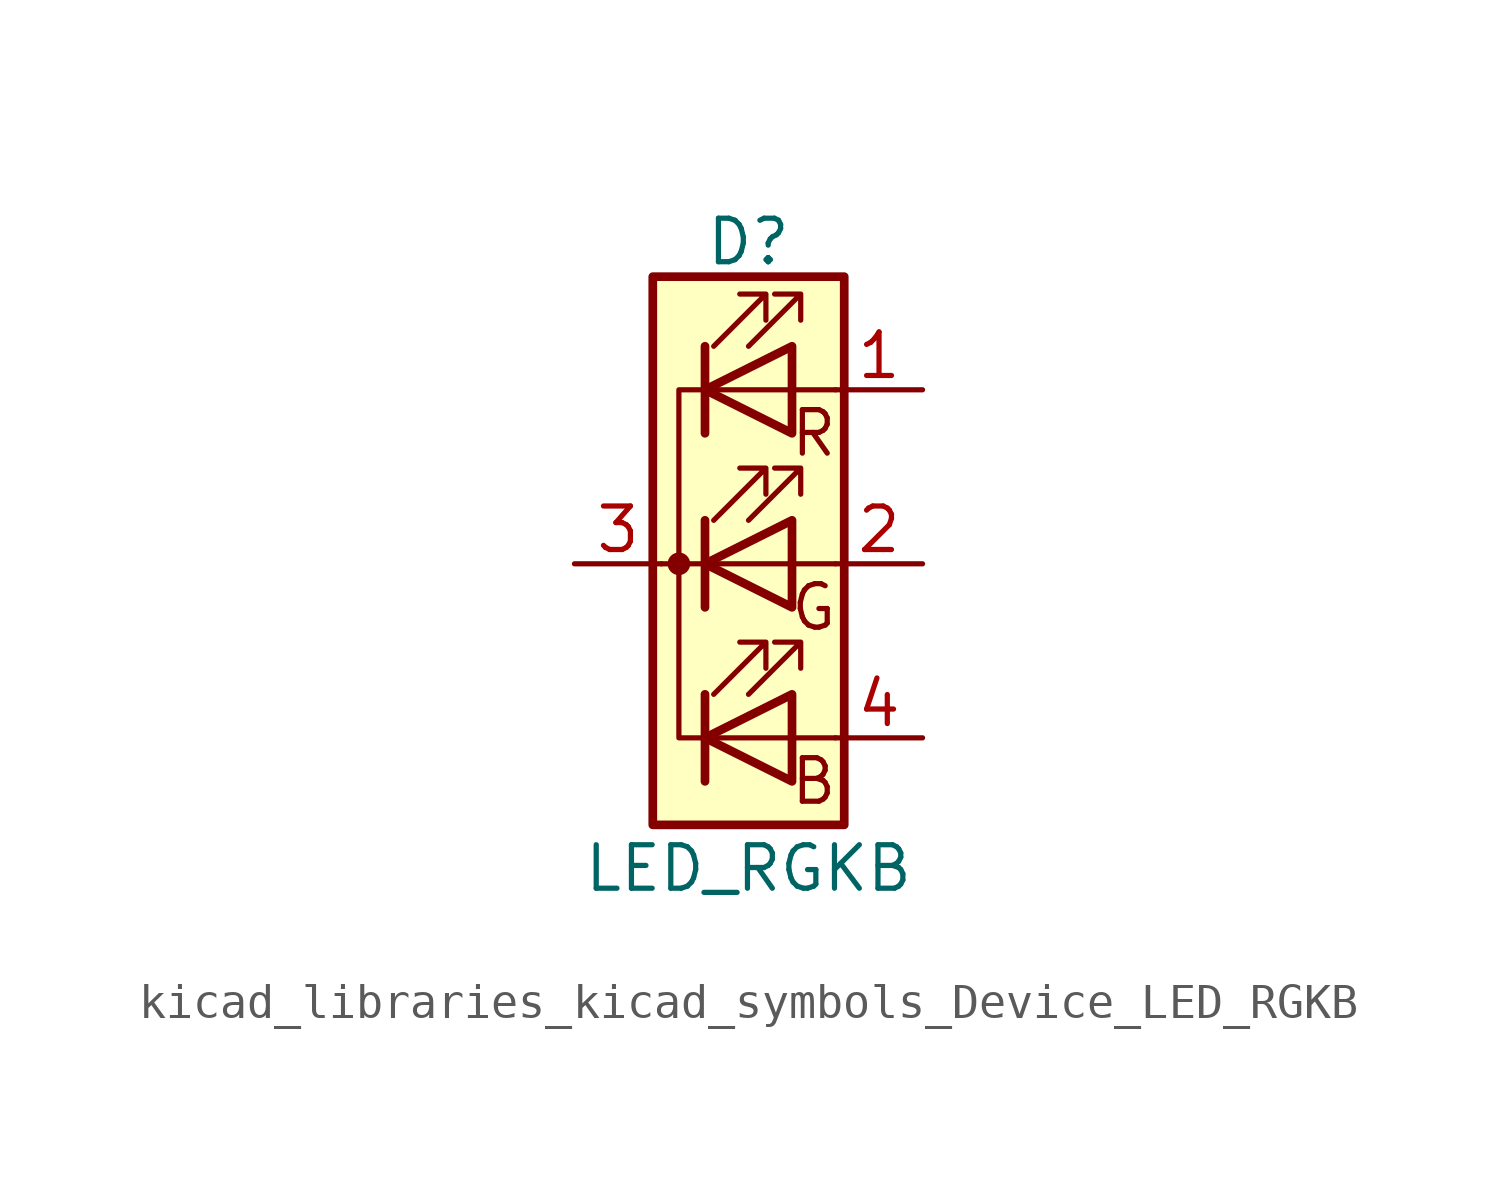
<source format=kicad_sym>
(kicad_symbol_lib
  (version 20220914)
  (generator kicad_symbol_editor)
  (symbol "kicad_libraries_kicad_symbols_Device_LED_RGKB"
    (pin_names
      (offset 0) hide)
    (property "Reference" "D"
      (at 0 9.398 0)
      (effects (font (size 1.27 1.27))))
    (property "Value" "LED_RGKB"
      (at 0 -8.89 0)
      (effects (font (size 1.27 1.27))))
    (symbol "kicad_libraries_kicad_symbols_Device_LED_RGKB_0_0"
      (text "B" (at 1.905 -6.35 0) (effects (font (size 1.27 1.27))))
      (text "G" (at 1.905 -1.27 0) (effects (font (size 1.27 1.27))))
      (text "R" (at 1.905 3.81 0) (effects (font (size 1.27 1.27)))))
    (symbol "kicad_libraries_kicad_symbols_Device_LED_RGKB_0_1"
      (circle (center -2.032 0) (radius 0.254) (stroke (width 0) (type default)) (fill (type outline)))
      (polyline (pts (xy -1.27 -5.08) (xy 1.27 -5.08)) (stroke (width 0) (type default)) (fill (type none)))
      (polyline (pts (xy -1.27 -3.81) (xy -1.27 -6.35)) (stroke (width 0.254) (type default)) (fill (type none)))
      (polyline (pts (xy -1.27 0) (xy -2.54 0)) (stroke (width 0) (type default)) (fill (type none)))
      (polyline (pts (xy -1.27 1.27) (xy -1.27 -1.27)) (stroke (width 0.254) (type default)) (fill (type none)))
      (polyline (pts (xy -1.27 5.08) (xy 1.27 5.08)) (stroke (width 0) (type default)) (fill (type none)))
      (polyline (pts (xy -1.27 6.35) (xy -1.27 3.81)) (stroke (width 0.254) (type default)) (fill (type none)))
      (polyline (pts (xy 1.27 -5.08) (xy 2.54 -5.08)) (stroke (width 0) (type default)) (fill (type none)))
      (polyline (pts (xy 1.27 0) (xy -1.27 0)) (stroke (width 0) (type default)) (fill (type none)))
      (polyline (pts (xy 1.27 0) (xy 2.54 0)) (stroke (width 0) (type default)) (fill (type none)))
      (polyline (pts (xy 1.27 5.08) (xy 2.54 5.08)) (stroke (width 0) (type default)) (fill (type none)))
      (polyline (pts (xy -1.27 1.27) (xy -1.27 -1.27) (xy -1.27 -1.27)) (stroke (width 0) (type default)) (fill (type none)))
      (polyline (pts (xy -1.27 6.35) (xy -1.27 3.81) (xy -1.27 3.81)) (stroke (width 0) (type default)) (fill (type none)))
      (polyline (pts (xy -1.27 5.08) (xy -2.032 5.08) (xy -2.032 -5.08) (xy -1.016 -5.08)) (stroke (width 0) (type default)) (fill (type none)))
      (polyline (pts (xy 1.27 -3.81) (xy 1.27 -6.35) (xy -1.27 -5.08) (xy 1.27 -3.81)) (stroke (width 0.254) (type default)) (fill (type none)))
      (polyline (pts (xy 1.27 1.27) (xy 1.27 -1.27) (xy -1.27 0) (xy 1.27 1.27)) (stroke (width 0.254) (type default)) (fill (type none)))
      (polyline (pts (xy 1.27 6.35) (xy 1.27 3.81) (xy -1.27 5.08) (xy 1.27 6.35)) (stroke (width 0.254) (type default)) (fill (type none)))
      (polyline (pts (xy -1.016 -3.81) (xy 0.508 -2.286) (xy -0.254 -2.286) (xy 0.508 -2.286) (xy 0.508 -3.048)) (stroke (width 0) (type default)) (fill (type none)))
      (polyline (pts (xy -1.016 1.27) (xy 0.508 2.794) (xy -0.254 2.794) (xy 0.508 2.794) (xy 0.508 2.032)) (stroke (width 0) (type default)) (fill (type none)))
      (polyline (pts (xy -1.016 6.35) (xy 0.508 7.874) (xy -0.254 7.874) (xy 0.508 7.874) (xy 0.508 7.112)) (stroke (width 0) (type default)) (fill (type none)))
      (polyline (pts (xy 0 -3.81) (xy 1.524 -2.286) (xy 0.762 -2.286) (xy 1.524 -2.286) (xy 1.524 -3.048)) (stroke (width 0) (type default)) (fill (type none)))
      (polyline (pts (xy 0 1.27) (xy 1.524 2.794) (xy 0.762 2.794) (xy 1.524 2.794) (xy 1.524 2.032)) (stroke (width 0) (type default)) (fill (type none)))
      (polyline (pts (xy 0 6.35) (xy 1.524 7.874) (xy 0.762 7.874) (xy 1.524 7.874) (xy 1.524 7.112)) (stroke (width 0) (type default)) (fill (type none)))
      (rectangle (start 1.27 -1.27) (end 1.27 1.27) (stroke (width 0) (type default)) (fill (type none)))
      (rectangle (start 1.27 1.27) (end 1.27 1.27) (stroke (width 0) (type default)) (fill (type none)))
      (rectangle (start 1.27 3.81) (end 1.27 6.35) (stroke (width 0) (type default)) (fill (type none)))
      (rectangle (start 1.27 6.35) (end 1.27 6.35) (stroke (width 0) (type default)) (fill (type none)))
      (rectangle (start 2.794 8.382) (end -2.794 -7.62) (stroke (width 0.254) (type default)) (fill (type background))))
    (symbol "kicad_libraries_kicad_symbols_Device_LED_RGKB_1_1"
      (pin passive line (at 5.08 5.08 180) (length 2.54) (name "RA" (effects (font (size 1.27 1.27)))) (number "1" (effects (font (size 1.27 1.27)))))
      (pin passive line (at 5.08 0 180) (length 2.54) (name "GA" (effects (font (size 1.27 1.27)))) (number "2" (effects (font (size 1.27 1.27)))))
      (pin passive line (at -5.08 0 0) (length 2.54) (name "K" (effects (font (size 1.27 1.27)))) (number "3" (effects (font (size 1.27 1.27)))))
      (pin passive line (at 5.08 -5.08 180) (length 2.54) (name "BA" (effects (font (size 1.27 1.27)))) (number "4" (effects (font (size 1.27 1.27))))))))
</source>
